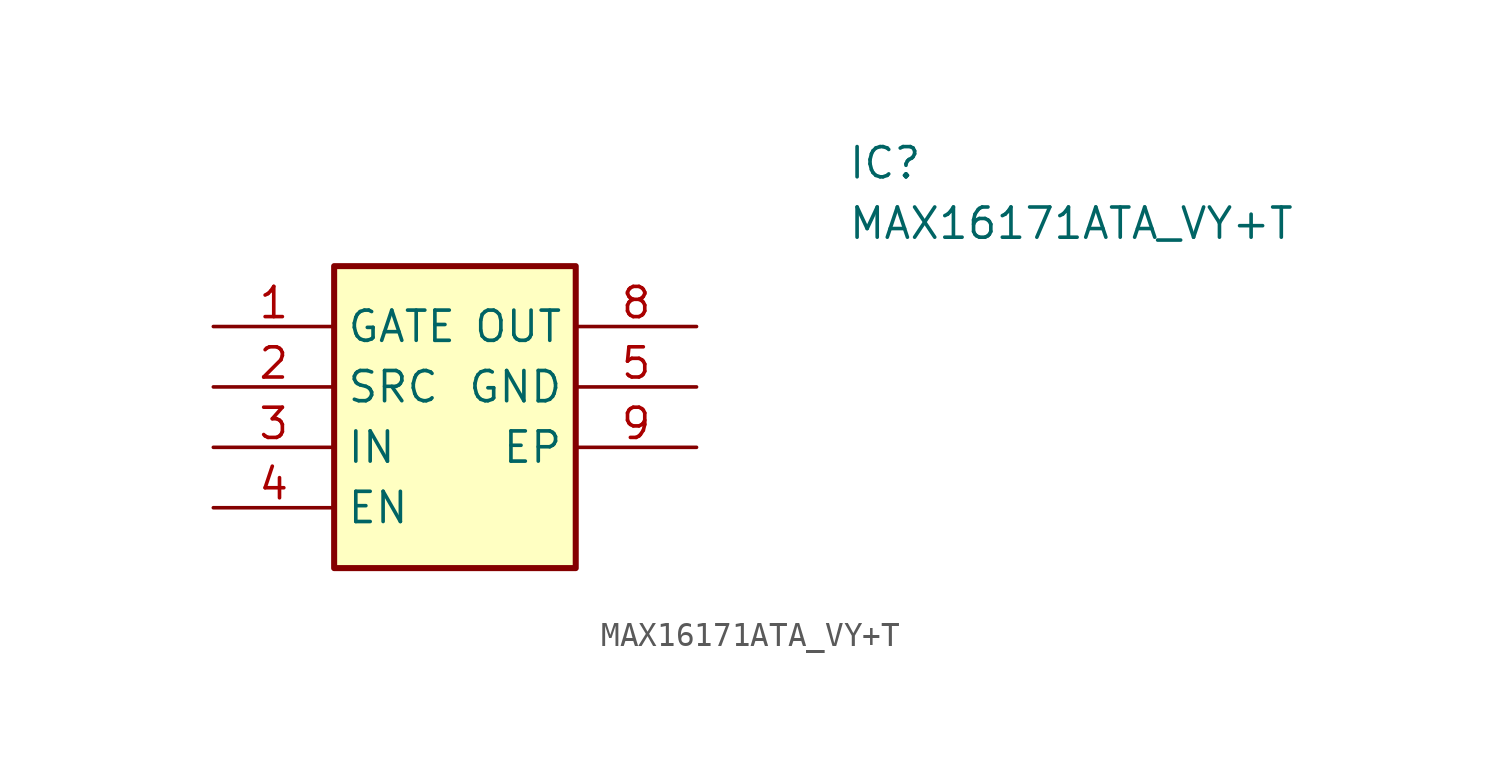
<source format=kicad_sym>
(kicad_symbol_lib
  (version 20220914)
  (generator kicad_symbol_editor)
  (symbol "MAX16171ATA_VY+T"
    (property "Reference" "IC"
      (at 26.67 7.62 0)
      (effects (font (size 1.27 1.27)) (justify left top)))
    (property "Value" "MAX16171ATA_VY+T"
      (at 26.67 5.08 0)
      (effects (font (size 1.27 1.27)) (justify left top)))
    (symbol "MAX16171ATA_VY+T_1_1"
      (rectangle (start 5.08 2.54) (end 15.24 -10.16) (stroke (width 0.254) (type default)) (fill (type background)))
      (pin passive line (at 0 0 0) (length 5.08) (name "GATE" (effects (font (size 1.27 1.27)))) (number "1" (effects (font (size 1.27 1.27)))))
      (pin passive line (at 0 -2.54 0) (length 5.08) (name "SRC" (effects (font (size 1.27 1.27)))) (number "2" (effects (font (size 1.27 1.27)))))
      (pin passive line (at 0 -5.08 0) (length 5.08) (name "IN" (effects (font (size 1.27 1.27)))) (number "3" (effects (font (size 1.27 1.27)))))
      (pin passive line (at 0 -7.62 0) (length 5.08) (name "EN" (effects (font (size 1.27 1.27)))) (number "4" (effects (font (size 1.27 1.27)))))
      (pin passive line (at 20.32 -2.54 180) (length 5.08) (name "GND" (effects (font (size 1.27 1.27)))) (number "5" (effects (font (size 1.27 1.27)))))
      (pin passive line (at 20.32 0 180) (length 5.08) (name "OUT" (effects (font (size 1.27 1.27)))) (number "8" (effects (font (size 1.27 1.27)))))
      (pin passive line (at 20.32 -5.08 180) (length 5.08) (name "EP" (effects (font (size 1.27 1.27)))) (number "9" (effects (font (size 1.27 1.27))))))))
</source>
